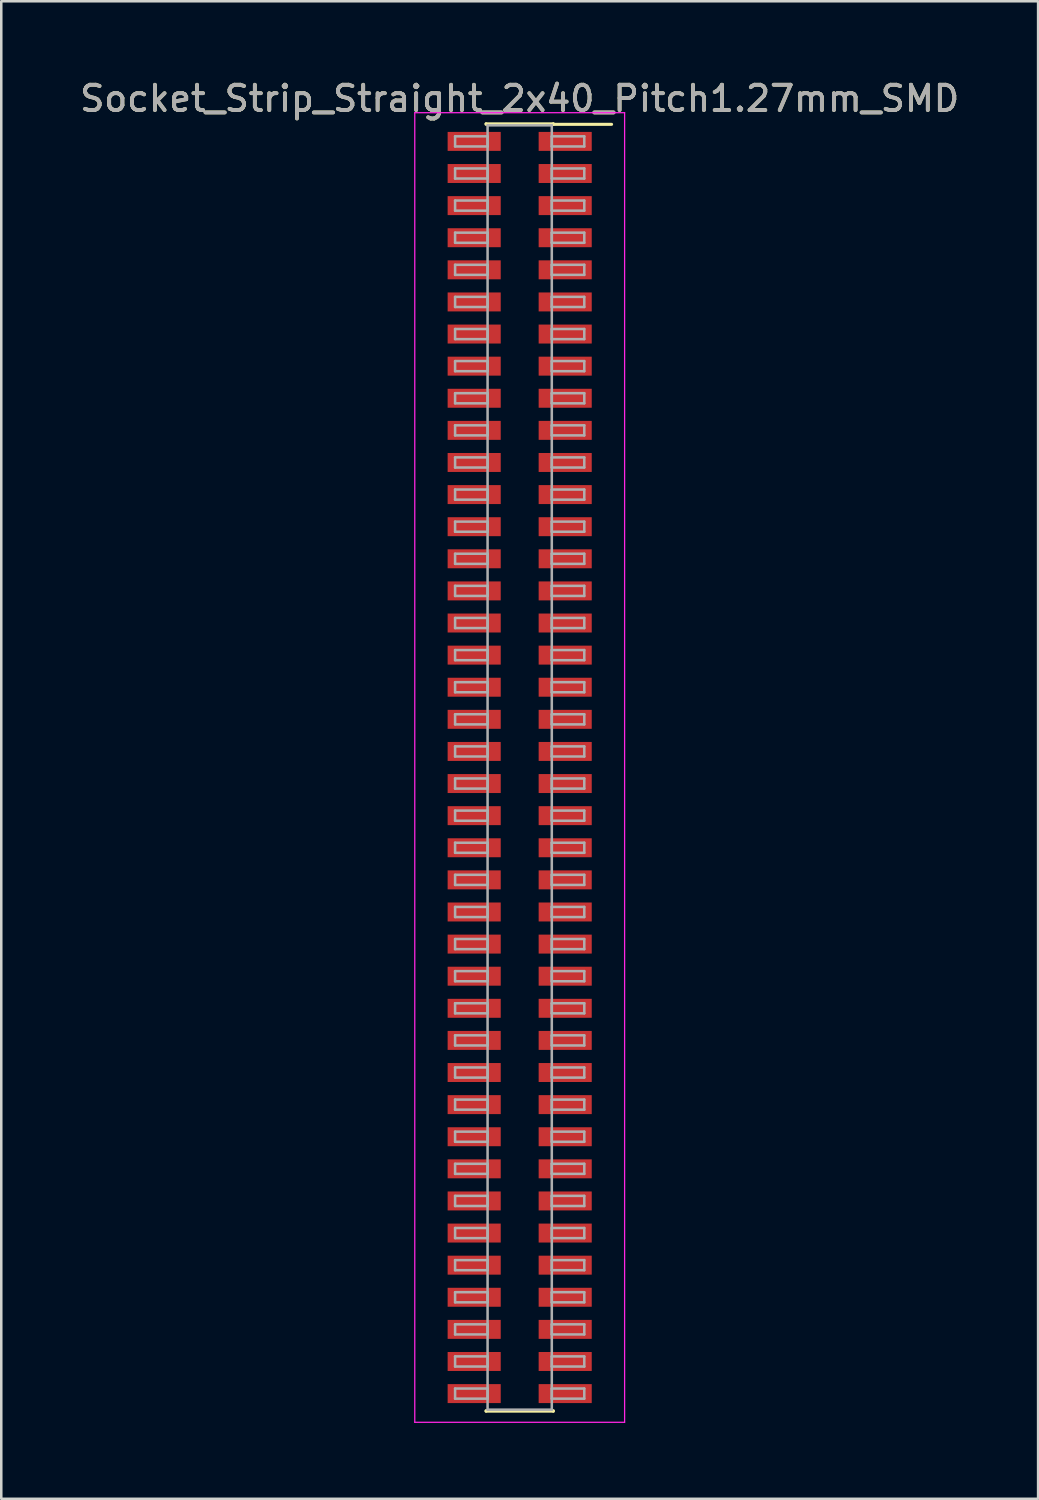
<source format=kicad_pcb>
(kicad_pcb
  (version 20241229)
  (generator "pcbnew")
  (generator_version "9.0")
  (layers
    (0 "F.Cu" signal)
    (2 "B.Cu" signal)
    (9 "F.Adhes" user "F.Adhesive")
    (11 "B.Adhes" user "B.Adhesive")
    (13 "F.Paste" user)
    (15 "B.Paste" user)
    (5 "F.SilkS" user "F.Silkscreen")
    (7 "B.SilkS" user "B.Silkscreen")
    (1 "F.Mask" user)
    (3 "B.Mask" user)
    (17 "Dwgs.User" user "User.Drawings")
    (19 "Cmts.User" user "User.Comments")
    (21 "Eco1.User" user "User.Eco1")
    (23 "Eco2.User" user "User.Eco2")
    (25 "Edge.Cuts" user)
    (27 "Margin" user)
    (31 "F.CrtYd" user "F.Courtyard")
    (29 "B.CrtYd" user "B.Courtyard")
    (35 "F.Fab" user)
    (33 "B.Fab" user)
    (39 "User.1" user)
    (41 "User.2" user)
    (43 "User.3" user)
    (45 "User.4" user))
  (footprint "Socket_Strip_Straight_2x40_Pitch1.27mm_SMD"
    (layer "F.Cu")
    (at 17.506 27.308)
    (property "Reference" "Socket_Strip_Straight_2x40_Pitch1.27mm_SMD" (at 0 -26.46 0) (layer "F.SilkS") (effects (font (size 1 1) (thickness 0.15))))
    (attr smd)
    (fp_line (start -1.33 -25.46) (end 1.33 -25.46) (stroke (width 0.12) (type solid)) (layer "F.SilkS"))
    (fp_line (start -1.33 -25.44) (end -1.33 -25.46) (stroke (width 0.12) (type solid)) (layer "F.SilkS"))
    (fp_line (start -1.33 25.44) (end -1.33 25.46) (stroke (width 0.12) (type solid)) (layer "F.SilkS"))
    (fp_line (start -1.33 25.46) (end 1.33 25.46) (stroke (width 0.12) (type solid)) (layer "F.SilkS"))
    (fp_line (start 1.33 -25.46) (end 1.33 -25.44) (stroke (width 0.12) (type solid)) (layer "F.SilkS"))
    (fp_line (start 1.33 25.46) (end 1.33 25.44) (stroke (width 0.12) (type solid)) (layer "F.SilkS"))
    (fp_line (start 3.635 -25.44) (end 1.33 -25.44) (stroke (width 0.12) (type solid)) (layer "F.SilkS"))
    (fp_line (start -4.15 -25.9) (end -4.15 25.9) (stroke (width 0.05) (type solid)) (layer "F.CrtYd"))
    (fp_line (start -4.15 25.9) (end 4.15 25.9) (stroke (width 0.05) (type solid)) (layer "F.CrtYd"))
    (fp_line (start 4.15 -25.9) (end -4.15 -25.9) (stroke (width 0.05) (type solid)) (layer "F.CrtYd"))
    (fp_line (start 4.15 25.9) (end 4.15 -25.9) (stroke (width 0.05) (type solid)) (layer "F.CrtYd"))
    (fp_line (start -2.555 -24.965) (end -1.27 -24.965) (stroke (width 0.1) (type solid)) (layer "F.Fab"))
    (fp_line (start -2.555 -24.565) (end -2.555 -24.965) (stroke (width 0.1) (type solid)) (layer "F.Fab"))
    (fp_line (start -2.555 -23.695) (end -1.27 -23.695) (stroke (width 0.1) (type solid)) (layer "F.Fab"))
    (fp_line (start -2.555 -23.295) (end -2.555 -23.695) (stroke (width 0.1) (type solid)) (layer "F.Fab"))
    (fp_line (start -2.555 -22.425) (end -1.27 -22.425) (stroke (width 0.1) (type solid)) (layer "F.Fab"))
    (fp_line (start -2.555 -22.025) (end -2.555 -22.425) (stroke (width 0.1) (type solid)) (layer "F.Fab"))
    (fp_line (start -2.555 -21.155) (end -1.27 -21.155) (stroke (width 0.1) (type solid)) (layer "F.Fab"))
    (fp_line (start -2.555 -20.755) (end -2.555 -21.155) (stroke (width 0.1) (type solid)) (layer "F.Fab"))
    (fp_line (start -2.555 -19.885) (end -1.27 -19.885) (stroke (width 0.1) (type solid)) (layer "F.Fab"))
    (fp_line (start -2.555 -19.485) (end -2.555 -19.885) (stroke (width 0.1) (type solid)) (layer "F.Fab"))
    (fp_line (start -2.555 -18.615) (end -1.27 -18.615) (stroke (width 0.1) (type solid)) (layer "F.Fab"))
    (fp_line (start -2.555 -18.215) (end -2.555 -18.615) (stroke (width 0.1) (type solid)) (layer "F.Fab"))
    (fp_line (start -2.555 -17.345) (end -1.27 -17.345) (stroke (width 0.1) (type solid)) (layer "F.Fab"))
    (fp_line (start -2.555 -16.945) (end -2.555 -17.345) (stroke (width 0.1) (type solid)) (layer "F.Fab"))
    (fp_line (start -2.555 -16.075) (end -1.27 -16.075) (stroke (width 0.1) (type solid)) (layer "F.Fab"))
    (fp_line (start -2.555 -15.675) (end -2.555 -16.075) (stroke (width 0.1) (type solid)) (layer "F.Fab"))
    (fp_line (start -2.555 -14.805) (end -1.27 -14.805) (stroke (width 0.1) (type solid)) (layer "F.Fab"))
    (fp_line (start -2.555 -14.405) (end -2.555 -14.805) (stroke (width 0.1) (type solid)) (layer "F.Fab"))
    (fp_line (start -2.555 -13.535) (end -1.27 -13.535) (stroke (width 0.1) (type solid)) (layer "F.Fab"))
    (fp_line (start -2.555 -13.135) (end -2.555 -13.535) (stroke (width 0.1) (type solid)) (layer "F.Fab"))
    (fp_line (start -2.555 -12.265) (end -1.27 -12.265) (stroke (width 0.1) (type solid)) (layer "F.Fab"))
    (fp_line (start -2.555 -11.865) (end -2.555 -12.265) (stroke (width 0.1) (type solid)) (layer "F.Fab"))
    (fp_line (start -2.555 -10.995) (end -1.27 -10.995) (stroke (width 0.1) (type solid)) (layer "F.Fab"))
    (fp_line (start -2.555 -10.595) (end -2.555 -10.995) (stroke (width 0.1) (type solid)) (layer "F.Fab"))
    (fp_line (start -2.555 -9.725) (end -1.27 -9.725) (stroke (width 0.1) (type solid)) (layer "F.Fab"))
    (fp_line (start -2.555 -9.325) (end -2.555 -9.725) (stroke (width 0.1) (type solid)) (layer "F.Fab"))
    (fp_line (start -2.555 -8.455) (end -1.27 -8.455) (stroke (width 0.1) (type solid)) (layer "F.Fab"))
    (fp_line (start -2.555 -8.055) (end -2.555 -8.455) (stroke (width 0.1) (type solid)) (layer "F.Fab"))
    (fp_line (start -2.555 -7.185) (end -1.27 -7.185) (stroke (width 0.1) (type solid)) (layer "F.Fab"))
    (fp_line (start -2.555 -6.785) (end -2.555 -7.185) (stroke (width 0.1) (type solid)) (layer "F.Fab"))
    (fp_line (start -2.555 -5.915) (end -1.27 -5.915) (stroke (width 0.1) (type solid)) (layer "F.Fab"))
    (fp_line (start -2.555 -5.515) (end -2.555 -5.915) (stroke (width 0.1) (type solid)) (layer "F.Fab"))
    (fp_line (start -2.555 -4.645) (end -1.27 -4.645) (stroke (width 0.1) (type solid)) (layer "F.Fab"))
    (fp_line (start -2.555 -4.245) (end -2.555 -4.645) (stroke (width 0.1) (type solid)) (layer "F.Fab"))
    (fp_line (start -2.555 -3.375) (end -1.27 -3.375) (stroke (width 0.1) (type solid)) (layer "F.Fab"))
    (fp_line (start -2.555 -2.975) (end -2.555 -3.375) (stroke (width 0.1) (type solid)) (layer "F.Fab"))
    (fp_line (start -2.555 -2.105) (end -1.27 -2.105) (stroke (width 0.1) (type solid)) (layer "F.Fab"))
    (fp_line (start -2.555 -1.705) (end -2.555 -2.105) (stroke (width 0.1) (type solid)) (layer "F.Fab"))
    (fp_line (start -2.555 -0.835) (end -1.27 -0.835) (stroke (width 0.1) (type solid)) (layer "F.Fab"))
    (fp_line (start -2.555 -0.435) (end -2.555 -0.835) (stroke (width 0.1) (type solid)) (layer "F.Fab"))
    (fp_line (start -2.555 0.435) (end -1.27 0.435) (stroke (width 0.1) (type solid)) (layer "F.Fab"))
    (fp_line (start -2.555 0.835) (end -2.555 0.435) (stroke (width 0.1) (type solid)) (layer "F.Fab"))
    (fp_line (start -2.555 1.705) (end -1.27 1.705) (stroke (width 0.1) (type solid)) (layer "F.Fab"))
    (fp_line (start -2.555 2.105) (end -2.555 1.705) (stroke (width 0.1) (type solid)) (layer "F.Fab"))
    (fp_line (start -2.555 2.975) (end -1.27 2.975) (stroke (width 0.1) (type solid)) (layer "F.Fab"))
    (fp_line (start -2.555 3.375) (end -2.555 2.975) (stroke (width 0.1) (type solid)) (layer "F.Fab"))
    (fp_line (start -2.555 4.245) (end -1.27 4.245) (stroke (width 0.1) (type solid)) (layer "F.Fab"))
    (fp_line (start -2.555 4.645) (end -2.555 4.245) (stroke (width 0.1) (type solid)) (layer "F.Fab"))
    (fp_line (start -2.555 5.515) (end -1.27 5.515) (stroke (width 0.1) (type solid)) (layer "F.Fab"))
    (fp_line (start -2.555 5.915) (end -2.555 5.515) (stroke (width 0.1) (type solid)) (layer "F.Fab"))
    (fp_line (start -2.555 6.785) (end -1.27 6.785) (stroke (width 0.1) (type solid)) (layer "F.Fab"))
    (fp_line (start -2.555 7.185) (end -2.555 6.785) (stroke (width 0.1) (type solid)) (layer "F.Fab"))
    (fp_line (start -2.555 8.055) (end -1.27 8.055) (stroke (width 0.1) (type solid)) (layer "F.Fab"))
    (fp_line (start -2.555 8.455) (end -2.555 8.055) (stroke (width 0.1) (type solid)) (layer "F.Fab"))
    (fp_line (start -2.555 9.325) (end -1.27 9.325) (stroke (width 0.1) (type solid)) (layer "F.Fab"))
    (fp_line (start -2.555 9.725) (end -2.555 9.325) (stroke (width 0.1) (type solid)) (layer "F.Fab"))
    (fp_line (start -2.555 10.595) (end -1.27 10.595) (stroke (width 0.1) (type solid)) (layer "F.Fab"))
    (fp_line (start -2.555 10.995) (end -2.555 10.595) (stroke (width 0.1) (type solid)) (layer "F.Fab"))
    (fp_line (start -2.555 11.865) (end -1.27 11.865) (stroke (width 0.1) (type solid)) (layer "F.Fab"))
    (fp_line (start -2.555 12.265) (end -2.555 11.865) (stroke (width 0.1) (type solid)) (layer "F.Fab"))
    (fp_line (start -2.555 13.135) (end -1.27 13.135) (stroke (width 0.1) (type solid)) (layer "F.Fab"))
    (fp_line (start -2.555 13.535) (end -2.555 13.135) (stroke (width 0.1) (type solid)) (layer "F.Fab"))
    (fp_line (start -2.555 14.405) (end -1.27 14.405) (stroke (width 0.1) (type solid)) (layer "F.Fab"))
    (fp_line (start -2.555 14.805) (end -2.555 14.405) (stroke (width 0.1) (type solid)) (layer "F.Fab"))
    (fp_line (start -2.555 15.675) (end -1.27 15.675) (stroke (width 0.1) (type solid)) (layer "F.Fab"))
    (fp_line (start -2.555 16.075) (end -2.555 15.675) (stroke (width 0.1) (type solid)) (layer "F.Fab"))
    (fp_line (start -2.555 16.945) (end -1.27 16.945) (stroke (width 0.1) (type solid)) (layer "F.Fab"))
    (fp_line (start -2.555 17.345) (end -2.555 16.945) (stroke (width 0.1) (type solid)) (layer "F.Fab"))
    (fp_line (start -2.555 18.215) (end -1.27 18.215) (stroke (width 0.1) (type solid)) (layer "F.Fab"))
    (fp_line (start -2.555 18.615) (end -2.555 18.215) (stroke (width 0.1) (type solid)) (layer "F.Fab"))
    (fp_line (start -2.555 19.485) (end -1.27 19.485) (stroke (width 0.1) (type solid)) (layer "F.Fab"))
    (fp_line (start -2.555 19.885) (end -2.555 19.485) (stroke (width 0.1) (type solid)) (layer "F.Fab"))
    (fp_line (start -2.555 20.755) (end -1.27 20.755) (stroke (width 0.1) (type solid)) (layer "F.Fab"))
    (fp_line (start -2.555 21.155) (end -2.555 20.755) (stroke (width 0.1) (type solid)) (layer "F.Fab"))
    (fp_line (start -2.555 22.025) (end -1.27 22.025) (stroke (width 0.1) (type solid)) (layer "F.Fab"))
    (fp_line (start -2.555 22.425) (end -2.555 22.025) (stroke (width 0.1) (type solid)) (layer "F.Fab"))
    (fp_line (start -2.555 23.295) (end -1.27 23.295) (stroke (width 0.1) (type solid)) (layer "F.Fab"))
    (fp_line (start -2.555 23.695) (end -2.555 23.295) (stroke (width 0.1) (type solid)) (layer "F.Fab"))
    (fp_line (start -2.555 24.565) (end -1.27 24.565) (stroke (width 0.1) (type solid)) (layer "F.Fab"))
    (fp_line (start -2.555 24.965) (end -2.555 24.565) (stroke (width 0.1) (type solid)) (layer "F.Fab"))
    (fp_line (start -1.27 -25.4) (end -1.27 25.4) (stroke (width 0.1) (type solid)) (layer "F.Fab"))
    (fp_line (start -1.27 -24.965) (end -1.27 -24.565) (stroke (width 0.1) (type solid)) (layer "F.Fab"))
    (fp_line (start -1.27 -24.565) (end -2.555 -24.565) (stroke (width 0.1) (type solid)) (layer "F.Fab"))
    (fp_line (start -1.27 -23.695) (end -1.27 -23.295) (stroke (width 0.1) (type solid)) (layer "F.Fab"))
    (fp_line (start -1.27 -23.295) (end -2.555 -23.295) (stroke (width 0.1) (type solid)) (layer "F.Fab"))
    (fp_line (start -1.27 -22.425) (end -1.27 -22.025) (stroke (width 0.1) (type solid)) (layer "F.Fab"))
    (fp_line (start -1.27 -22.025) (end -2.555 -22.025) (stroke (width 0.1) (type solid)) (layer "F.Fab"))
    (fp_line (start -1.27 -21.155) (end -1.27 -20.755) (stroke (width 0.1) (type solid)) (layer "F.Fab"))
    (fp_line (start -1.27 -20.755) (end -2.555 -20.755) (stroke (width 0.1) (type solid)) (layer "F.Fab"))
    (fp_line (start -1.27 -19.885) (end -1.27 -19.485) (stroke (width 0.1) (type solid)) (layer "F.Fab"))
    (fp_line (start -1.27 -19.485) (end -2.555 -19.485) (stroke (width 0.1) (type solid)) (layer "F.Fab"))
    (fp_line (start -1.27 -18.615) (end -1.27 -18.215) (stroke (width 0.1) (type solid)) (layer "F.Fab"))
    (fp_line (start -1.27 -18.215) (end -2.555 -18.215) (stroke (width 0.1) (type solid)) (layer "F.Fab"))
    (fp_line (start -1.27 -17.345) (end -1.27 -16.945) (stroke (width 0.1) (type solid)) (layer "F.Fab"))
    (fp_line (start -1.27 -16.945) (end -2.555 -16.945) (stroke (width 0.1) (type solid)) (layer "F.Fab"))
    (fp_line (start -1.27 -16.075) (end -1.27 -15.675) (stroke (width 0.1) (type solid)) (layer "F.Fab"))
    (fp_line (start -1.27 -15.675) (end -2.555 -15.675) (stroke (width 0.1) (type solid)) (layer "F.Fab"))
    (fp_line (start -1.27 -14.805) (end -1.27 -14.405) (stroke (width 0.1) (type solid)) (layer "F.Fab"))
    (fp_line (start -1.27 -14.405) (end -2.555 -14.405) (stroke (width 0.1) (type solid)) (layer "F.Fab"))
    (fp_line (start -1.27 -13.535) (end -1.27 -13.135) (stroke (width 0.1) (type solid)) (layer "F.Fab"))
    (fp_line (start -1.27 -13.135) (end -2.555 -13.135) (stroke (width 0.1) (type solid)) (layer "F.Fab"))
    (fp_line (start -1.27 -12.265) (end -1.27 -11.865) (stroke (width 0.1) (type solid)) (layer "F.Fab"))
    (fp_line (start -1.27 -11.865) (end -2.555 -11.865) (stroke (width 0.1) (type solid)) (layer "F.Fab"))
    (fp_line (start -1.27 -10.995) (end -1.27 -10.595) (stroke (width 0.1) (type solid)) (layer "F.Fab"))
    (fp_line (start -1.27 -10.595) (end -2.555 -10.595) (stroke (width 0.1) (type solid)) (layer "F.Fab"))
    (fp_line (start -1.27 -9.725) (end -1.27 -9.325) (stroke (width 0.1) (type solid)) (layer "F.Fab"))
    (fp_line (start -1.27 -9.325) (end -2.555 -9.325) (stroke (width 0.1) (type solid)) (layer "F.Fab"))
    (fp_line (start -1.27 -8.455) (end -1.27 -8.055) (stroke (width 0.1) (type solid)) (layer "F.Fab"))
    (fp_line (start -1.27 -8.055) (end -2.555 -8.055) (stroke (width 0.1) (type solid)) (layer "F.Fab"))
    (fp_line (start -1.27 -7.185) (end -1.27 -6.785) (stroke (width 0.1) (type solid)) (layer "F.Fab"))
    (fp_line (start -1.27 -6.785) (end -2.555 -6.785) (stroke (width 0.1) (type solid)) (layer "F.Fab"))
    (fp_line (start -1.27 -5.915) (end -1.27 -5.515) (stroke (width 0.1) (type solid)) (layer "F.Fab"))
    (fp_line (start -1.27 -5.515) (end -2.555 -5.515) (stroke (width 0.1) (type solid)) (layer "F.Fab"))
    (fp_line (start -1.27 -4.645) (end -1.27 -4.245) (stroke (width 0.1) (type solid)) (layer "F.Fab"))
    (fp_line (start -1.27 -4.245) (end -2.555 -4.245) (stroke (width 0.1) (type solid)) (layer "F.Fab"))
    (fp_line (start -1.27 -3.375) (end -1.27 -2.975) (stroke (width 0.1) (type solid)) (layer "F.Fab"))
    (fp_line (start -1.27 -2.975) (end -2.555 -2.975) (stroke (width 0.1) (type solid)) (layer "F.Fab"))
    (fp_line (start -1.27 -2.105) (end -1.27 -1.705) (stroke (width 0.1) (type solid)) (layer "F.Fab"))
    (fp_line (start -1.27 -1.705) (end -2.555 -1.705) (stroke (width 0.1) (type solid)) (layer "F.Fab"))
    (fp_line (start -1.27 -0.835) (end -1.27 -0.435) (stroke (width 0.1) (type solid)) (layer "F.Fab"))
    (fp_line (start -1.27 -0.435) (end -2.555 -0.435) (stroke (width 0.1) (type solid)) (layer "F.Fab"))
    (fp_line (start -1.27 0.435) (end -1.27 0.835) (stroke (width 0.1) (type solid)) (layer "F.Fab"))
    (fp_line (start -1.27 0.835) (end -2.555 0.835) (stroke (width 0.1) (type solid)) (layer "F.Fab"))
    (fp_line (start -1.27 1.705) (end -1.27 2.105) (stroke (width 0.1) (type solid)) (layer "F.Fab"))
    (fp_line (start -1.27 2.105) (end -2.555 2.105) (stroke (width 0.1) (type solid)) (layer "F.Fab"))
    (fp_line (start -1.27 2.975) (end -1.27 3.375) (stroke (width 0.1) (type solid)) (layer "F.Fab"))
    (fp_line (start -1.27 3.375) (end -2.555 3.375) (stroke (width 0.1) (type solid)) (layer "F.Fab"))
    (fp_line (start -1.27 4.245) (end -1.27 4.645) (stroke (width 0.1) (type solid)) (layer "F.Fab"))
    (fp_line (start -1.27 4.645) (end -2.555 4.645) (stroke (width 0.1) (type solid)) (layer "F.Fab"))
    (fp_line (start -1.27 5.515) (end -1.27 5.915) (stroke (width 0.1) (type solid)) (layer "F.Fab"))
    (fp_line (start -1.27 5.915) (end -2.555 5.915) (stroke (width 0.1) (type solid)) (layer "F.Fab"))
    (fp_line (start -1.27 6.785) (end -1.27 7.185) (stroke (width 0.1) (type solid)) (layer "F.Fab"))
    (fp_line (start -1.27 7.185) (end -2.555 7.185) (stroke (width 0.1) (type solid)) (layer "F.Fab"))
    (fp_line (start -1.27 8.055) (end -1.27 8.455) (stroke (width 0.1) (type solid)) (layer "F.Fab"))
    (fp_line (start -1.27 8.455) (end -2.555 8.455) (stroke (width 0.1) (type solid)) (layer "F.Fab"))
    (fp_line (start -1.27 9.325) (end -1.27 9.725) (stroke (width 0.1) (type solid)) (layer "F.Fab"))
    (fp_line (start -1.27 9.725) (end -2.555 9.725) (stroke (width 0.1) (type solid)) (layer "F.Fab"))
    (fp_line (start -1.27 10.595) (end -1.27 10.995) (stroke (width 0.1) (type solid)) (layer "F.Fab"))
    (fp_line (start -1.27 10.995) (end -2.555 10.995) (stroke (width 0.1) (type solid)) (layer "F.Fab"))
    (fp_line (start -1.27 11.865) (end -1.27 12.265) (stroke (width 0.1) (type solid)) (layer "F.Fab"))
    (fp_line (start -1.27 12.265) (end -2.555 12.265) (stroke (width 0.1) (type solid)) (layer "F.Fab"))
    (fp_line (start -1.27 13.135) (end -1.27 13.535) (stroke (width 0.1) (type solid)) (layer "F.Fab"))
    (fp_line (start -1.27 13.535) (end -2.555 13.535) (stroke (width 0.1) (type solid)) (layer "F.Fab"))
    (fp_line (start -1.27 14.405) (end -1.27 14.805) (stroke (width 0.1) (type solid)) (layer "F.Fab"))
    (fp_line (start -1.27 14.805) (end -2.555 14.805) (stroke (width 0.1) (type solid)) (layer "F.Fab"))
    (fp_line (start -1.27 15.675) (end -1.27 16.075) (stroke (width 0.1) (type solid)) (layer "F.Fab"))
    (fp_line (start -1.27 16.075) (end -2.555 16.075) (stroke (width 0.1) (type solid)) (layer "F.Fab"))
    (fp_line (start -1.27 16.945) (end -1.27 17.345) (stroke (width 0.1) (type solid)) (layer "F.Fab"))
    (fp_line (start -1.27 17.345) (end -2.555 17.345) (stroke (width 0.1) (type solid)) (layer "F.Fab"))
    (fp_line (start -1.27 18.215) (end -1.27 18.615) (stroke (width 0.1) (type solid)) (layer "F.Fab"))
    (fp_line (start -1.27 18.615) (end -2.555 18.615) (stroke (width 0.1) (type solid)) (layer "F.Fab"))
    (fp_line (start -1.27 19.485) (end -1.27 19.885) (stroke (width 0.1) (type solid)) (layer "F.Fab"))
    (fp_line (start -1.27 19.885) (end -2.555 19.885) (stroke (width 0.1) (type solid)) (layer "F.Fab"))
    (fp_line (start -1.27 20.755) (end -1.27 21.155) (stroke (width 0.1) (type solid)) (layer "F.Fab"))
    (fp_line (start -1.27 21.155) (end -2.555 21.155) (stroke (width 0.1) (type solid)) (layer "F.Fab"))
    (fp_line (start -1.27 22.025) (end -1.27 22.425) (stroke (width 0.1) (type solid)) (layer "F.Fab"))
    (fp_line (start -1.27 22.425) (end -2.555 22.425) (stroke (width 0.1) (type solid)) (layer "F.Fab"))
    (fp_line (start -1.27 23.295) (end -1.27 23.695) (stroke (width 0.1) (type solid)) (layer "F.Fab"))
    (fp_line (start -1.27 23.695) (end -2.555 23.695) (stroke (width 0.1) (type solid)) (layer "F.Fab"))
    (fp_line (start -1.27 24.565) (end -1.27 24.965) (stroke (width 0.1) (type solid)) (layer "F.Fab"))
    (fp_line (start -1.27 24.965) (end -2.555 24.965) (stroke (width 0.1) (type solid)) (layer "F.Fab"))
    (fp_line (start -1.27 25.4) (end 1.27 25.4) (stroke (width 0.1) (type solid)) (layer "F.Fab"))
    (fp_line (start 1.27 -25.4) (end -1.27 -25.4) (stroke (width 0.1) (type solid)) (layer "F.Fab"))
    (fp_line (start 1.27 -24.965) (end 1.27 -24.565) (stroke (width 0.1) (type solid)) (layer "F.Fab"))
    (fp_line (start 1.27 -24.565) (end 2.555 -24.565) (stroke (width 0.1) (type solid)) (layer "F.Fab"))
    (fp_line (start 1.27 -23.695) (end 1.27 -23.295) (stroke (width 0.1) (type solid)) (layer "F.Fab"))
    (fp_line (start 1.27 -23.295) (end 2.555 -23.295) (stroke (width 0.1) (type solid)) (layer "F.Fab"))
    (fp_line (start 1.27 -22.425) (end 1.27 -22.025) (stroke (width 0.1) (type solid)) (layer "F.Fab"))
    (fp_line (start 1.27 -22.025) (end 2.555 -22.025) (stroke (width 0.1) (type solid)) (layer "F.Fab"))
    (fp_line (start 1.27 -21.155) (end 1.27 -20.755) (stroke (width 0.1) (type solid)) (layer "F.Fab"))
    (fp_line (start 1.27 -20.755) (end 2.555 -20.755) (stroke (width 0.1) (type solid)) (layer "F.Fab"))
    (fp_line (start 1.27 -19.885) (end 1.27 -19.485) (stroke (width 0.1) (type solid)) (layer "F.Fab"))
    (fp_line (start 1.27 -19.485) (end 2.555 -19.485) (stroke (width 0.1) (type solid)) (layer "F.Fab"))
    (fp_line (start 1.27 -18.615) (end 1.27 -18.215) (stroke (width 0.1) (type solid)) (layer "F.Fab"))
    (fp_line (start 1.27 -18.215) (end 2.555 -18.215) (stroke (width 0.1) (type solid)) (layer "F.Fab"))
    (fp_line (start 1.27 -17.345) (end 1.27 -16.945) (stroke (width 0.1) (type solid)) (layer "F.Fab"))
    (fp_line (start 1.27 -16.945) (end 2.555 -16.945) (stroke (width 0.1) (type solid)) (layer "F.Fab"))
    (fp_line (start 1.27 -16.075) (end 1.27 -15.675) (stroke (width 0.1) (type solid)) (layer "F.Fab"))
    (fp_line (start 1.27 -15.675) (end 2.555 -15.675) (stroke (width 0.1) (type solid)) (layer "F.Fab"))
    (fp_line (start 1.27 -14.805) (end 1.27 -14.405) (stroke (width 0.1) (type solid)) (layer "F.Fab"))
    (fp_line (start 1.27 -14.405) (end 2.555 -14.405) (stroke (width 0.1) (type solid)) (layer "F.Fab"))
    (fp_line (start 1.27 -13.535) (end 1.27 -13.135) (stroke (width 0.1) (type solid)) (layer "F.Fab"))
    (fp_line (start 1.27 -13.135) (end 2.555 -13.135) (stroke (width 0.1) (type solid)) (layer "F.Fab"))
    (fp_line (start 1.27 -12.265) (end 1.27 -11.865) (stroke (width 0.1) (type solid)) (layer "F.Fab"))
    (fp_line (start 1.27 -11.865) (end 2.555 -11.865) (stroke (width 0.1) (type solid)) (layer "F.Fab"))
    (fp_line (start 1.27 -10.995) (end 1.27 -10.595) (stroke (width 0.1) (type solid)) (layer "F.Fab"))
    (fp_line (start 1.27 -10.595) (end 2.555 -10.595) (stroke (width 0.1) (type solid)) (layer "F.Fab"))
    (fp_line (start 1.27 -9.725) (end 1.27 -9.325) (stroke (width 0.1) (type solid)) (layer "F.Fab"))
    (fp_line (start 1.27 -9.325) (end 2.555 -9.325) (stroke (width 0.1) (type solid)) (layer "F.Fab"))
    (fp_line (start 1.27 -8.455) (end 1.27 -8.055) (stroke (width 0.1) (type solid)) (layer "F.Fab"))
    (fp_line (start 1.27 -8.055) (end 2.555 -8.055) (stroke (width 0.1) (type solid)) (layer "F.Fab"))
    (fp_line (start 1.27 -7.185) (end 1.27 -6.785) (stroke (width 0.1) (type solid)) (layer "F.Fab"))
    (fp_line (start 1.27 -6.785) (end 2.555 -6.785) (stroke (width 0.1) (type solid)) (layer "F.Fab"))
    (fp_line (start 1.27 -5.915) (end 1.27 -5.515) (stroke (width 0.1) (type solid)) (layer "F.Fab"))
    (fp_line (start 1.27 -5.515) (end 2.555 -5.515) (stroke (width 0.1) (type solid)) (layer "F.Fab"))
    (fp_line (start 1.27 -4.645) (end 1.27 -4.245) (stroke (width 0.1) (type solid)) (layer "F.Fab"))
    (fp_line (start 1.27 -4.245) (end 2.555 -4.245) (stroke (width 0.1) (type solid)) (layer "F.Fab"))
    (fp_line (start 1.27 -3.375) (end 1.27 -2.975) (stroke (width 0.1) (type solid)) (layer "F.Fab"))
    (fp_line (start 1.27 -2.975) (end 2.555 -2.975) (stroke (width 0.1) (type solid)) (layer "F.Fab"))
    (fp_line (start 1.27 -2.105) (end 1.27 -1.705) (stroke (width 0.1) (type solid)) (layer "F.Fab"))
    (fp_line (start 1.27 -1.705) (end 2.555 -1.705) (stroke (width 0.1) (type solid)) (layer "F.Fab"))
    (fp_line (start 1.27 -0.835) (end 1.27 -0.435) (stroke (width 0.1) (type solid)) (layer "F.Fab"))
    (fp_line (start 1.27 -0.435) (end 2.555 -0.435) (stroke (width 0.1) (type solid)) (layer "F.Fab"))
    (fp_line (start 1.27 0.435) (end 1.27 0.835) (stroke (width 0.1) (type solid)) (layer "F.Fab"))
    (fp_line (start 1.27 0.835) (end 2.555 0.835) (stroke (width 0.1) (type solid)) (layer "F.Fab"))
    (fp_line (start 1.27 1.705) (end 1.27 2.105) (stroke (width 0.1) (type solid)) (layer "F.Fab"))
    (fp_line (start 1.27 2.105) (end 2.555 2.105) (stroke (width 0.1) (type solid)) (layer "F.Fab"))
    (fp_line (start 1.27 2.975) (end 1.27 3.375) (stroke (width 0.1) (type solid)) (layer "F.Fab"))
    (fp_line (start 1.27 3.375) (end 2.555 3.375) (stroke (width 0.1) (type solid)) (layer "F.Fab"))
    (fp_line (start 1.27 4.245) (end 1.27 4.645) (stroke (width 0.1) (type solid)) (layer "F.Fab"))
    (fp_line (start 1.27 4.645) (end 2.555 4.645) (stroke (width 0.1) (type solid)) (layer "F.Fab"))
    (fp_line (start 1.27 5.515) (end 1.27 5.915) (stroke (width 0.1) (type solid)) (layer "F.Fab"))
    (fp_line (start 1.27 5.915) (end 2.555 5.915) (stroke (width 0.1) (type solid)) (layer "F.Fab"))
    (fp_line (start 1.27 6.785) (end 1.27 7.185) (stroke (width 0.1) (type solid)) (layer "F.Fab"))
    (fp_line (start 1.27 7.185) (end 2.555 7.185) (stroke (width 0.1) (type solid)) (layer "F.Fab"))
    (fp_line (start 1.27 8.055) (end 1.27 8.455) (stroke (width 0.1) (type solid)) (layer "F.Fab"))
    (fp_line (start 1.27 8.455) (end 2.555 8.455) (stroke (width 0.1) (type solid)) (layer "F.Fab"))
    (fp_line (start 1.27 9.325) (end 1.27 9.725) (stroke (width 0.1) (type solid)) (layer "F.Fab"))
    (fp_line (start 1.27 9.725) (end 2.555 9.725) (stroke (width 0.1) (type solid)) (layer "F.Fab"))
    (fp_line (start 1.27 10.595) (end 1.27 10.995) (stroke (width 0.1) (type solid)) (layer "F.Fab"))
    (fp_line (start 1.27 10.995) (end 2.555 10.995) (stroke (width 0.1) (type solid)) (layer "F.Fab"))
    (fp_line (start 1.27 11.865) (end 1.27 12.265) (stroke (width 0.1) (type solid)) (layer "F.Fab"))
    (fp_line (start 1.27 12.265) (end 2.555 12.265) (stroke (width 0.1) (type solid)) (layer "F.Fab"))
    (fp_line (start 1.27 13.135) (end 1.27 13.535) (stroke (width 0.1) (type solid)) (layer "F.Fab"))
    (fp_line (start 1.27 13.535) (end 2.555 13.535) (stroke (width 0.1) (type solid)) (layer "F.Fab"))
    (fp_line (start 1.27 14.405) (end 1.27 14.805) (stroke (width 0.1) (type solid)) (layer "F.Fab"))
    (fp_line (start 1.27 14.805) (end 2.555 14.805) (stroke (width 0.1) (type solid)) (layer "F.Fab"))
    (fp_line (start 1.27 15.675) (end 1.27 16.075) (stroke (width 0.1) (type solid)) (layer "F.Fab"))
    (fp_line (start 1.27 16.075) (end 2.555 16.075) (stroke (width 0.1) (type solid)) (layer "F.Fab"))
    (fp_line (start 1.27 16.945) (end 1.27 17.345) (stroke (width 0.1) (type solid)) (layer "F.Fab"))
    (fp_line (start 1.27 17.345) (end 2.555 17.345) (stroke (width 0.1) (type solid)) (layer "F.Fab"))
    (fp_line (start 1.27 18.215) (end 1.27 18.615) (stroke (width 0.1) (type solid)) (layer "F.Fab"))
    (fp_line (start 1.27 18.615) (end 2.555 18.615) (stroke (width 0.1) (type solid)) (layer "F.Fab"))
    (fp_line (start 1.27 19.485) (end 1.27 19.885) (stroke (width 0.1) (type solid)) (layer "F.Fab"))
    (fp_line (start 1.27 19.885) (end 2.555 19.885) (stroke (width 0.1) (type solid)) (layer "F.Fab"))
    (fp_line (start 1.27 20.755) (end 1.27 21.155) (stroke (width 0.1) (type solid)) (layer "F.Fab"))
    (fp_line (start 1.27 21.155) (end 2.555 21.155) (stroke (width 0.1) (type solid)) (layer "F.Fab"))
    (fp_line (start 1.27 22.025) (end 1.27 22.425) (stroke (width 0.1) (type solid)) (layer "F.Fab"))
    (fp_line (start 1.27 22.425) (end 2.555 22.425) (stroke (width 0.1) (type solid)) (layer "F.Fab"))
    (fp_line (start 1.27 23.295) (end 1.27 23.695) (stroke (width 0.1) (type solid)) (layer "F.Fab"))
    (fp_line (start 1.27 23.695) (end 2.555 23.695) (stroke (width 0.1) (type solid)) (layer "F.Fab"))
    (fp_line (start 1.27 24.565) (end 1.27 24.965) (stroke (width 0.1) (type solid)) (layer "F.Fab"))
    (fp_line (start 1.27 24.965) (end 2.555 24.965) (stroke (width 0.1) (type solid)) (layer "F.Fab"))
    (fp_line (start 1.27 25.4) (end 1.27 -25.4) (stroke (width 0.1) (type solid)) (layer "F.Fab"))
    (fp_line (start 2.555 -24.965) (end 1.27 -24.965) (stroke (width 0.1) (type solid)) (layer "F.Fab"))
    (fp_line (start 2.555 -24.565) (end 2.555 -24.965) (stroke (width 0.1) (type solid)) (layer "F.Fab"))
    (fp_line (start 2.555 -23.695) (end 1.27 -23.695) (stroke (width 0.1) (type solid)) (layer "F.Fab"))
    (fp_line (start 2.555 -23.295) (end 2.555 -23.695) (stroke (width 0.1) (type solid)) (layer "F.Fab"))
    (fp_line (start 2.555 -22.425) (end 1.27 -22.425) (stroke (width 0.1) (type solid)) (layer "F.Fab"))
    (fp_line (start 2.555 -22.025) (end 2.555 -22.425) (stroke (width 0.1) (type solid)) (layer "F.Fab"))
    (fp_line (start 2.555 -21.155) (end 1.27 -21.155) (stroke (width 0.1) (type solid)) (layer "F.Fab"))
    (fp_line (start 2.555 -20.755) (end 2.555 -21.155) (stroke (width 0.1) (type solid)) (layer "F.Fab"))
    (fp_line (start 2.555 -19.885) (end 1.27 -19.885) (stroke (width 0.1) (type solid)) (layer "F.Fab"))
    (fp_line (start 2.555 -19.485) (end 2.555 -19.885) (stroke (width 0.1) (type solid)) (layer "F.Fab"))
    (fp_line (start 2.555 -18.615) (end 1.27 -18.615) (stroke (width 0.1) (type solid)) (layer "F.Fab"))
    (fp_line (start 2.555 -18.215) (end 2.555 -18.615) (stroke (width 0.1) (type solid)) (layer "F.Fab"))
    (fp_line (start 2.555 -17.345) (end 1.27 -17.345) (stroke (width 0.1) (type solid)) (layer "F.Fab"))
    (fp_line (start 2.555 -16.945) (end 2.555 -17.345) (stroke (width 0.1) (type solid)) (layer "F.Fab"))
    (fp_line (start 2.555 -16.075) (end 1.27 -16.075) (stroke (width 0.1) (type solid)) (layer "F.Fab"))
    (fp_line (start 2.555 -15.675) (end 2.555 -16.075) (stroke (width 0.1) (type solid)) (layer "F.Fab"))
    (fp_line (start 2.555 -14.805) (end 1.27 -14.805) (stroke (width 0.1) (type solid)) (layer "F.Fab"))
    (fp_line (start 2.555 -14.405) (end 2.555 -14.805) (stroke (width 0.1) (type solid)) (layer "F.Fab"))
    (fp_line (start 2.555 -13.535) (end 1.27 -13.535) (stroke (width 0.1) (type solid)) (layer "F.Fab"))
    (fp_line (start 2.555 -13.135) (end 2.555 -13.535) (stroke (width 0.1) (type solid)) (layer "F.Fab"))
    (fp_line (start 2.555 -12.265) (end 1.27 -12.265) (stroke (width 0.1) (type solid)) (layer "F.Fab"))
    (fp_line (start 2.555 -11.865) (end 2.555 -12.265) (stroke (width 0.1) (type solid)) (layer "F.Fab"))
    (fp_line (start 2.555 -10.995) (end 1.27 -10.995) (stroke (width 0.1) (type solid)) (layer "F.Fab"))
    (fp_line (start 2.555 -10.595) (end 2.555 -10.995) (stroke (width 0.1) (type solid)) (layer "F.Fab"))
    (fp_line (start 2.555 -9.725) (end 1.27 -9.725) (stroke (width 0.1) (type solid)) (layer "F.Fab"))
    (fp_line (start 2.555 -9.325) (end 2.555 -9.725) (stroke (width 0.1) (type solid)) (layer "F.Fab"))
    (fp_line (start 2.555 -8.455) (end 1.27 -8.455) (stroke (width 0.1) (type solid)) (layer "F.Fab"))
    (fp_line (start 2.555 -8.055) (end 2.555 -8.455) (stroke (width 0.1) (type solid)) (layer "F.Fab"))
    (fp_line (start 2.555 -7.185) (end 1.27 -7.185) (stroke (width 0.1) (type solid)) (layer "F.Fab"))
    (fp_line (start 2.555 -6.785) (end 2.555 -7.185) (stroke (width 0.1) (type solid)) (layer "F.Fab"))
    (fp_line (start 2.555 -5.915) (end 1.27 -5.915) (stroke (width 0.1) (type solid)) (layer "F.Fab"))
    (fp_line (start 2.555 -5.515) (end 2.555 -5.915) (stroke (width 0.1) (type solid)) (layer "F.Fab"))
    (fp_line (start 2.555 -4.645) (end 1.27 -4.645) (stroke (width 0.1) (type solid)) (layer "F.Fab"))
    (fp_line (start 2.555 -4.245) (end 2.555 -4.645) (stroke (width 0.1) (type solid)) (layer "F.Fab"))
    (fp_line (start 2.555 -3.375) (end 1.27 -3.375) (stroke (width 0.1) (type solid)) (layer "F.Fab"))
    (fp_line (start 2.555 -2.975) (end 2.555 -3.375) (stroke (width 0.1) (type solid)) (layer "F.Fab"))
    (fp_line (start 2.555 -2.105) (end 1.27 -2.105) (stroke (width 0.1) (type solid)) (layer "F.Fab"))
    (fp_line (start 2.555 -1.705) (end 2.555 -2.105) (stroke (width 0.1) (type solid)) (layer "F.Fab"))
    (fp_line (start 2.555 -0.835) (end 1.27 -0.835) (stroke (width 0.1) (type solid)) (layer "F.Fab"))
    (fp_line (start 2.555 -0.435) (end 2.555 -0.835) (stroke (width 0.1) (type solid)) (layer "F.Fab"))
    (fp_line (start 2.555 0.435) (end 1.27 0.435) (stroke (width 0.1) (type solid)) (layer "F.Fab"))
    (fp_line (start 2.555 0.835) (end 2.555 0.435) (stroke (width 0.1) (type solid)) (layer "F.Fab"))
    (fp_line (start 2.555 1.705) (end 1.27 1.705) (stroke (width 0.1) (type solid)) (layer "F.Fab"))
    (fp_line (start 2.555 2.105) (end 2.555 1.705) (stroke (width 0.1) (type solid)) (layer "F.Fab"))
    (fp_line (start 2.555 2.975) (end 1.27 2.975) (stroke (width 0.1) (type solid)) (layer "F.Fab"))
    (fp_line (start 2.555 3.375) (end 2.555 2.975) (stroke (width 0.1) (type solid)) (layer "F.Fab"))
    (fp_line (start 2.555 4.245) (end 1.27 4.245) (stroke (width 0.1) (type solid)) (layer "F.Fab"))
    (fp_line (start 2.555 4.645) (end 2.555 4.245) (stroke (width 0.1) (type solid)) (layer "F.Fab"))
    (fp_line (start 2.555 5.515) (end 1.27 5.515) (stroke (width 0.1) (type solid)) (layer "F.Fab"))
    (fp_line (start 2.555 5.915) (end 2.555 5.515) (stroke (width 0.1) (type solid)) (layer "F.Fab"))
    (fp_line (start 2.555 6.785) (end 1.27 6.785) (stroke (width 0.1) (type solid)) (layer "F.Fab"))
    (fp_line (start 2.555 7.185) (end 2.555 6.785) (stroke (width 0.1) (type solid)) (layer "F.Fab"))
    (fp_line (start 2.555 8.055) (end 1.27 8.055) (stroke (width 0.1) (type solid)) (layer "F.Fab"))
    (fp_line (start 2.555 8.455) (end 2.555 8.055) (stroke (width 0.1) (type solid)) (layer "F.Fab"))
    (fp_line (start 2.555 9.325) (end 1.27 9.325) (stroke (width 0.1) (type solid)) (layer "F.Fab"))
    (fp_line (start 2.555 9.725) (end 2.555 9.325) (stroke (width 0.1) (type solid)) (layer "F.Fab"))
    (fp_line (start 2.555 10.595) (end 1.27 10.595) (stroke (width 0.1) (type solid)) (layer "F.Fab"))
    (fp_line (start 2.555 10.995) (end 2.555 10.595) (stroke (width 0.1) (type solid)) (layer "F.Fab"))
    (fp_line (start 2.555 11.865) (end 1.27 11.865) (stroke (width 0.1) (type solid)) (layer "F.Fab"))
    (fp_line (start 2.555 12.265) (end 2.555 11.865) (stroke (width 0.1) (type solid)) (layer "F.Fab"))
    (fp_line (start 2.555 13.135) (end 1.27 13.135) (stroke (width 0.1) (type solid)) (layer "F.Fab"))
    (fp_line (start 2.555 13.535) (end 2.555 13.135) (stroke (width 0.1) (type solid)) (layer "F.Fab"))
    (fp_line (start 2.555 14.405) (end 1.27 14.405) (stroke (width 0.1) (type solid)) (layer "F.Fab"))
    (fp_line (start 2.555 14.805) (end 2.555 14.405) (stroke (width 0.1) (type solid)) (layer "F.Fab"))
    (fp_line (start 2.555 15.675) (end 1.27 15.675) (stroke (width 0.1) (type solid)) (layer "F.Fab"))
    (fp_line (start 2.555 16.075) (end 2.555 15.675) (stroke (width 0.1) (type solid)) (layer "F.Fab"))
    (fp_line (start 2.555 16.945) (end 1.27 16.945) (stroke (width 0.1) (type solid)) (layer "F.Fab"))
    (fp_line (start 2.555 17.345) (end 2.555 16.945) (stroke (width 0.1) (type solid)) (layer "F.Fab"))
    (fp_line (start 2.555 18.215) (end 1.27 18.215) (stroke (width 0.1) (type solid)) (layer "F.Fab"))
    (fp_line (start 2.555 18.615) (end 2.555 18.215) (stroke (width 0.1) (type solid)) (layer "F.Fab"))
    (fp_line (start 2.555 19.485) (end 1.27 19.485) (stroke (width 0.1) (type solid)) (layer "F.Fab"))
    (fp_line (start 2.555 19.885) (end 2.555 19.485) (stroke (width 0.1) (type solid)) (layer "F.Fab"))
    (fp_line (start 2.555 20.755) (end 1.27 20.755) (stroke (width 0.1) (type solid)) (layer "F.Fab"))
    (fp_line (start 2.555 21.155) (end 2.555 20.755) (stroke (width 0.1) (type solid)) (layer "F.Fab"))
    (fp_line (start 2.555 22.025) (end 1.27 22.025) (stroke (width 0.1) (type solid)) (layer "F.Fab"))
    (fp_line (start 2.555 22.425) (end 2.555 22.025) (stroke (width 0.1) (type solid)) (layer "F.Fab"))
    (fp_line (start 2.555 23.295) (end 1.27 23.295) (stroke (width 0.1) (type solid)) (layer "F.Fab"))
    (fp_line (start 2.555 23.695) (end 2.555 23.295) (stroke (width 0.1) (type solid)) (layer "F.Fab"))
    (fp_line (start 2.555 24.565) (end 1.27 24.565) (stroke (width 0.1) (type solid)) (layer "F.Fab"))
    (fp_line (start 2.555 24.965) (end 2.555 24.565) (stroke (width 0.1) (type solid)) (layer "F.Fab"))
    (fp_text user "${REFERENCE}" (at 0 -26.46 0) (layer "F.Fab") (effects (font (size 1 1) (thickness 0.15))))
    (pad "1" smd rect (at 1.8 -24.765) (size 2.1 0.75) (layers "F.Cu" "F.Mask" "F.Paste"))
    (pad "2" smd rect (at -1.8 -24.765) (size 2.1 0.75) (layers "F.Cu" "F.Mask" "F.Paste"))
    (pad "3" smd rect (at 1.8 -23.495) (size 2.1 0.75) (layers "F.Cu" "F.Mask" "F.Paste"))
    (pad "4" smd rect (at -1.8 -23.495) (size 2.1 0.75) (layers "F.Cu" "F.Mask" "F.Paste"))
    (pad "5" smd rect (at 1.8 -22.225) (size 2.1 0.75) (layers "F.Cu" "F.Mask" "F.Paste"))
    (pad "6" smd rect (at -1.8 -22.225) (size 2.1 0.75) (layers "F.Cu" "F.Mask" "F.Paste"))
    (pad "7" smd rect (at 1.8 -20.955) (size 2.1 0.75) (layers "F.Cu" "F.Mask" "F.Paste"))
    (pad "8" smd rect (at -1.8 -20.955) (size 2.1 0.75) (layers "F.Cu" "F.Mask" "F.Paste"))
    (pad "9" smd rect (at 1.8 -19.685) (size 2.1 0.75) (layers "F.Cu" "F.Mask" "F.Paste"))
    (pad "10" smd rect (at -1.8 -19.685) (size 2.1 0.75) (layers "F.Cu" "F.Mask" "F.Paste"))
    (pad "11" smd rect (at 1.8 -18.415) (size 2.1 0.75) (layers "F.Cu" "F.Mask" "F.Paste"))
    (pad "12" smd rect (at -1.8 -18.415) (size 2.1 0.75) (layers "F.Cu" "F.Mask" "F.Paste"))
    (pad "13" smd rect (at 1.8 -17.145) (size 2.1 0.75) (layers "F.Cu" "F.Mask" "F.Paste"))
    (pad "14" smd rect (at -1.8 -17.145) (size 2.1 0.75) (layers "F.Cu" "F.Mask" "F.Paste"))
    (pad "15" smd rect (at 1.8 -15.875) (size 2.1 0.75) (layers "F.Cu" "F.Mask" "F.Paste"))
    (pad "16" smd rect (at -1.8 -15.875) (size 2.1 0.75) (layers "F.Cu" "F.Mask" "F.Paste"))
    (pad "17" smd rect (at 1.8 -14.605) (size 2.1 0.75) (layers "F.Cu" "F.Mask" "F.Paste"))
    (pad "18" smd rect (at -1.8 -14.605) (size 2.1 0.75) (layers "F.Cu" "F.Mask" "F.Paste"))
    (pad "19" smd rect (at 1.8 -13.335) (size 2.1 0.75) (layers "F.Cu" "F.Mask" "F.Paste"))
    (pad "20" smd rect (at -1.8 -13.335) (size 2.1 0.75) (layers "F.Cu" "F.Mask" "F.Paste"))
    (pad "21" smd rect (at 1.8 -12.065) (size 2.1 0.75) (layers "F.Cu" "F.Mask" "F.Paste"))
    (pad "22" smd rect (at -1.8 -12.065) (size 2.1 0.75) (layers "F.Cu" "F.Mask" "F.Paste"))
    (pad "23" smd rect (at 1.8 -10.795) (size 2.1 0.75) (layers "F.Cu" "F.Mask" "F.Paste"))
    (pad "24" smd rect (at -1.8 -10.795) (size 2.1 0.75) (layers "F.Cu" "F.Mask" "F.Paste"))
    (pad "25" smd rect (at 1.8 -9.525) (size 2.1 0.75) (layers "F.Cu" "F.Mask" "F.Paste"))
    (pad "26" smd rect (at -1.8 -9.525) (size 2.1 0.75) (layers "F.Cu" "F.Mask" "F.Paste"))
    (pad "27" smd rect (at 1.8 -8.255) (size 2.1 0.75) (layers "F.Cu" "F.Mask" "F.Paste"))
    (pad "28" smd rect (at -1.8 -8.255) (size 2.1 0.75) (layers "F.Cu" "F.Mask" "F.Paste"))
    (pad "29" smd rect (at 1.8 -6.985) (size 2.1 0.75) (layers "F.Cu" "F.Mask" "F.Paste"))
    (pad "30" smd rect (at -1.8 -6.985) (size 2.1 0.75) (layers "F.Cu" "F.Mask" "F.Paste"))
    (pad "31" smd rect (at 1.8 -5.715) (size 2.1 0.75) (layers "F.Cu" "F.Mask" "F.Paste"))
    (pad "32" smd rect (at -1.8 -5.715) (size 2.1 0.75) (layers "F.Cu" "F.Mask" "F.Paste"))
    (pad "33" smd rect (at 1.8 -4.445) (size 2.1 0.75) (layers "F.Cu" "F.Mask" "F.Paste"))
    (pad "34" smd rect (at -1.8 -4.445) (size 2.1 0.75) (layers "F.Cu" "F.Mask" "F.Paste"))
    (pad "35" smd rect (at 1.8 -3.175) (size 2.1 0.75) (layers "F.Cu" "F.Mask" "F.Paste"))
    (pad "36" smd rect (at -1.8 -3.175) (size 2.1 0.75) (layers "F.Cu" "F.Mask" "F.Paste"))
    (pad "37" smd rect (at 1.8 -1.905) (size 2.1 0.75) (layers "F.Cu" "F.Mask" "F.Paste"))
    (pad "38" smd rect (at -1.8 -1.905) (size 2.1 0.75) (layers "F.Cu" "F.Mask" "F.Paste"))
    (pad "39" smd rect (at 1.8 -0.635) (size 2.1 0.75) (layers "F.Cu" "F.Mask" "F.Paste"))
    (pad "40" smd rect (at -1.8 -0.635) (size 2.1 0.75) (layers "F.Cu" "F.Mask" "F.Paste"))
    (pad "41" smd rect (at 1.8 0.635) (size 2.1 0.75) (layers "F.Cu" "F.Mask" "F.Paste"))
    (pad "42" smd rect (at -1.8 0.635) (size 2.1 0.75) (layers "F.Cu" "F.Mask" "F.Paste"))
    (pad "43" smd rect (at 1.8 1.905) (size 2.1 0.75) (layers "F.Cu" "F.Mask" "F.Paste"))
    (pad "44" smd rect (at -1.8 1.905) (size 2.1 0.75) (layers "F.Cu" "F.Mask" "F.Paste"))
    (pad "45" smd rect (at 1.8 3.175) (size 2.1 0.75) (layers "F.Cu" "F.Mask" "F.Paste"))
    (pad "46" smd rect (at -1.8 3.175) (size 2.1 0.75) (layers "F.Cu" "F.Mask" "F.Paste"))
    (pad "47" smd rect (at 1.8 4.445) (size 2.1 0.75) (layers "F.Cu" "F.Mask" "F.Paste"))
    (pad "48" smd rect (at -1.8 4.445) (size 2.1 0.75) (layers "F.Cu" "F.Mask" "F.Paste"))
    (pad "49" smd rect (at 1.8 5.715) (size 2.1 0.75) (layers "F.Cu" "F.Mask" "F.Paste"))
    (pad "50" smd rect (at -1.8 5.715) (size 2.1 0.75) (layers "F.Cu" "F.Mask" "F.Paste"))
    (pad "51" smd rect (at 1.8 6.985) (size 2.1 0.75) (layers "F.Cu" "F.Mask" "F.Paste"))
    (pad "52" smd rect (at -1.8 6.985) (size 2.1 0.75) (layers "F.Cu" "F.Mask" "F.Paste"))
    (pad "53" smd rect (at 1.8 8.255) (size 2.1 0.75) (layers "F.Cu" "F.Mask" "F.Paste"))
    (pad "54" smd rect (at -1.8 8.255) (size 2.1 0.75) (layers "F.Cu" "F.Mask" "F.Paste"))
    (pad "55" smd rect (at 1.8 9.525) (size 2.1 0.75) (layers "F.Cu" "F.Mask" "F.Paste"))
    (pad "56" smd rect (at -1.8 9.525) (size 2.1 0.75) (layers "F.Cu" "F.Mask" "F.Paste"))
    (pad "57" smd rect (at 1.8 10.795) (size 2.1 0.75) (layers "F.Cu" "F.Mask" "F.Paste"))
    (pad "58" smd rect (at -1.8 10.795) (size 2.1 0.75) (layers "F.Cu" "F.Mask" "F.Paste"))
    (pad "59" smd rect (at 1.8 12.065) (size 2.1 0.75) (layers "F.Cu" "F.Mask" "F.Paste"))
    (pad "60" smd rect (at -1.8 12.065) (size 2.1 0.75) (layers "F.Cu" "F.Mask" "F.Paste"))
    (pad "61" smd rect (at 1.8 13.335) (size 2.1 0.75) (layers "F.Cu" "F.Mask" "F.Paste"))
    (pad "62" smd rect (at -1.8 13.335) (size 2.1 0.75) (layers "F.Cu" "F.Mask" "F.Paste"))
    (pad "63" smd rect (at 1.8 14.605) (size 2.1 0.75) (layers "F.Cu" "F.Mask" "F.Paste"))
    (pad "64" smd rect (at -1.8 14.605) (size 2.1 0.75) (layers "F.Cu" "F.Mask" "F.Paste"))
    (pad "65" smd rect (at 1.8 15.875) (size 2.1 0.75) (layers "F.Cu" "F.Mask" "F.Paste"))
    (pad "66" smd rect (at -1.8 15.875) (size 2.1 0.75) (layers "F.Cu" "F.Mask" "F.Paste"))
    (pad "67" smd rect (at 1.8 17.145) (size 2.1 0.75) (layers "F.Cu" "F.Mask" "F.Paste"))
    (pad "68" smd rect (at -1.8 17.145) (size 2.1 0.75) (layers "F.Cu" "F.Mask" "F.Paste"))
    (pad "69" smd rect (at 1.8 18.415) (size 2.1 0.75) (layers "F.Cu" "F.Mask" "F.Paste"))
    (pad "70" smd rect (at -1.8 18.415) (size 2.1 0.75) (layers "F.Cu" "F.Mask" "F.Paste"))
    (pad "71" smd rect (at 1.8 19.685) (size 2.1 0.75) (layers "F.Cu" "F.Mask" "F.Paste"))
    (pad "72" smd rect (at -1.8 19.685) (size 2.1 0.75) (layers "F.Cu" "F.Mask" "F.Paste"))
    (pad "73" smd rect (at 1.8 20.955) (size 2.1 0.75) (layers "F.Cu" "F.Mask" "F.Paste"))
    (pad "74" smd rect (at -1.8 20.955) (size 2.1 0.75) (layers "F.Cu" "F.Mask" "F.Paste"))
    (pad "75" smd rect (at 1.8 22.225) (size 2.1 0.75) (layers "F.Cu" "F.Mask" "F.Paste"))
    (pad "76" smd rect (at -1.8 22.225) (size 2.1 0.75) (layers "F.Cu" "F.Mask" "F.Paste"))
    (pad "77" smd rect (at 1.8 23.495) (size 2.1 0.75) (layers "F.Cu" "F.Mask" "F.Paste"))
    (pad "78" smd rect (at -1.8 23.495) (size 2.1 0.75) (layers "F.Cu" "F.Mask" "F.Paste"))
    (pad "79" smd rect (at 1.8 24.765) (size 2.1 0.75) (layers "F.Cu" "F.Mask" "F.Paste"))
    (pad "80" smd rect (at -1.8 24.765) (size 2.1 0.75) (layers "F.Cu" "F.Mask" "F.Paste")))
  (gr_rect
    (start -3 -3)
    (end 38.012 56.233)
    (stroke (width 0.1) (type default))
    (fill no)
    (layer "Edge.Cuts")))
</source>
